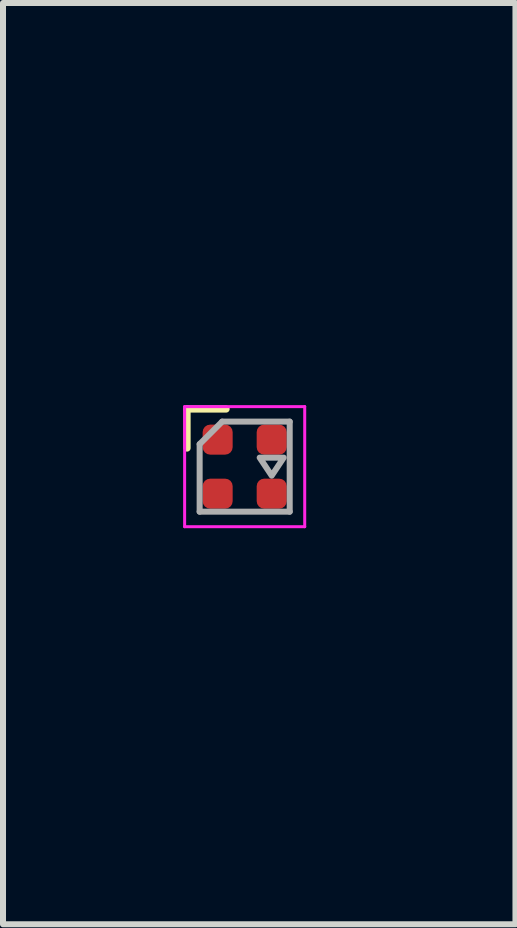
<source format=kicad_pcb>
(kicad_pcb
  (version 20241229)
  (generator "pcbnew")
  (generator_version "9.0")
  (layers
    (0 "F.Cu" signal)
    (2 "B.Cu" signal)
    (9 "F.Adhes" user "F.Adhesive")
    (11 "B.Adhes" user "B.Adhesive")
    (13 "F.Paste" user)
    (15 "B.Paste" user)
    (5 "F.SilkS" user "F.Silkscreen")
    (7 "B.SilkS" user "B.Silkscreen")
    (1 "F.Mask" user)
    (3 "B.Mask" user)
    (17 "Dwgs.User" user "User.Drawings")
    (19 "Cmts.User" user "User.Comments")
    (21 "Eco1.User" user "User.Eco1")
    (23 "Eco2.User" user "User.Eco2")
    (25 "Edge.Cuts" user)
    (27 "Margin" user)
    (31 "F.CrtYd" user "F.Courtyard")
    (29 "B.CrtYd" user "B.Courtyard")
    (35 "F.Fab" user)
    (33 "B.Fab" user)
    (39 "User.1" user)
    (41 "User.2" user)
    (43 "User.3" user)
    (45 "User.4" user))
  (footprint "LED_SK6812_EC15_1.5x1.5mm"
    (layer "F.Cu")
    (at 1.025 4.722)
    (property "Reference" "LED_SK6812_EC15_1.5x1.5mm" (at 1.1 -0.05 90) (layer "User.4") (effects (font (size 0.4 0.4) (thickness 0.1) (bold yes))))
    (attr smd)
    (fp_line (start -0.96 -0.96) (end -0.96 -0.31) (stroke (width 0.12) (type solid)) (layer "F.SilkS"))
    (fp_line (start -0.31 -0.96) (end -0.96 -0.96) (stroke (width 0.12) (type solid)) (layer "F.SilkS"))
    (fp_line (start -1 -1) (end 1 -1) (stroke (width 0.05) (type solid)) (layer "F.CrtYd"))
    (fp_line (start -1 1) (end -1 -1) (stroke (width 0.05) (type solid)) (layer "F.CrtYd"))
    (fp_line (start 1 -1) (end 1 1) (stroke (width 0.05) (type solid)) (layer "F.CrtYd"))
    (fp_line (start 1 1) (end -1 1) (stroke (width 0.05) (type solid)) (layer "F.CrtYd"))
    (fp_line (start -0.75 -0.375) (end -0.375 -0.75) (stroke (width 0.1) (type solid)) (layer "F.Fab"))
    (fp_line (start -0.75 0.75) (end -0.75 -0.375) (stroke (width 0.1) (type solid)) (layer "F.Fab"))
    (fp_line (start -0.375 -0.75) (end 0.75 -0.75) (stroke (width 0.1) (type solid)) (layer "F.Fab"))
    (fp_line (start 0.75 -0.75) (end 0.75 0.75) (stroke (width 0.1) (type solid)) (layer "F.Fab"))
    (fp_line (start 0.75 0.75) (end -0.75 0.75) (stroke (width 0.1) (type solid)) (layer "F.Fab"))
    (fp_poly (pts (xy 0.25 -0.15) (xy 0.45 0.15) (xy 0.65 -0.15)) (stroke (width 0.1) (type solid)) (fill no) (layer "F.Fab"))
    (pad "1" smd roundrect (at -0.45 0.45 90) (size 0.5 0.5) (layers "F.Cu" "F.Mask" "F.Paste") (roundrect_rratio 0.25))
    (pad "2" smd roundrect (at 0.45 0.45 90) (size 0.5 0.5) (layers "F.Cu" "F.Mask" "F.Paste") (roundrect_rratio 0.25))
    (pad "3" smd roundrect (at 0.45 -0.45 90) (size 0.5 0.5) (layers "F.Cu" "F.Mask" "F.Paste") (roundrect_rratio 0.25))
    (pad "4" smd roundrect (at -0.45 -0.45 90) (size 0.5 0.5) (layers "F.Cu" "F.Mask" "F.Paste") (roundrect_rratio 0.25)))
  (gr_rect
    (start -3 -3)
    (end 5.535 12.344)
    (stroke (width 0.1) (type default))
    (fill no)
    (layer "Edge.Cuts")))
</source>
